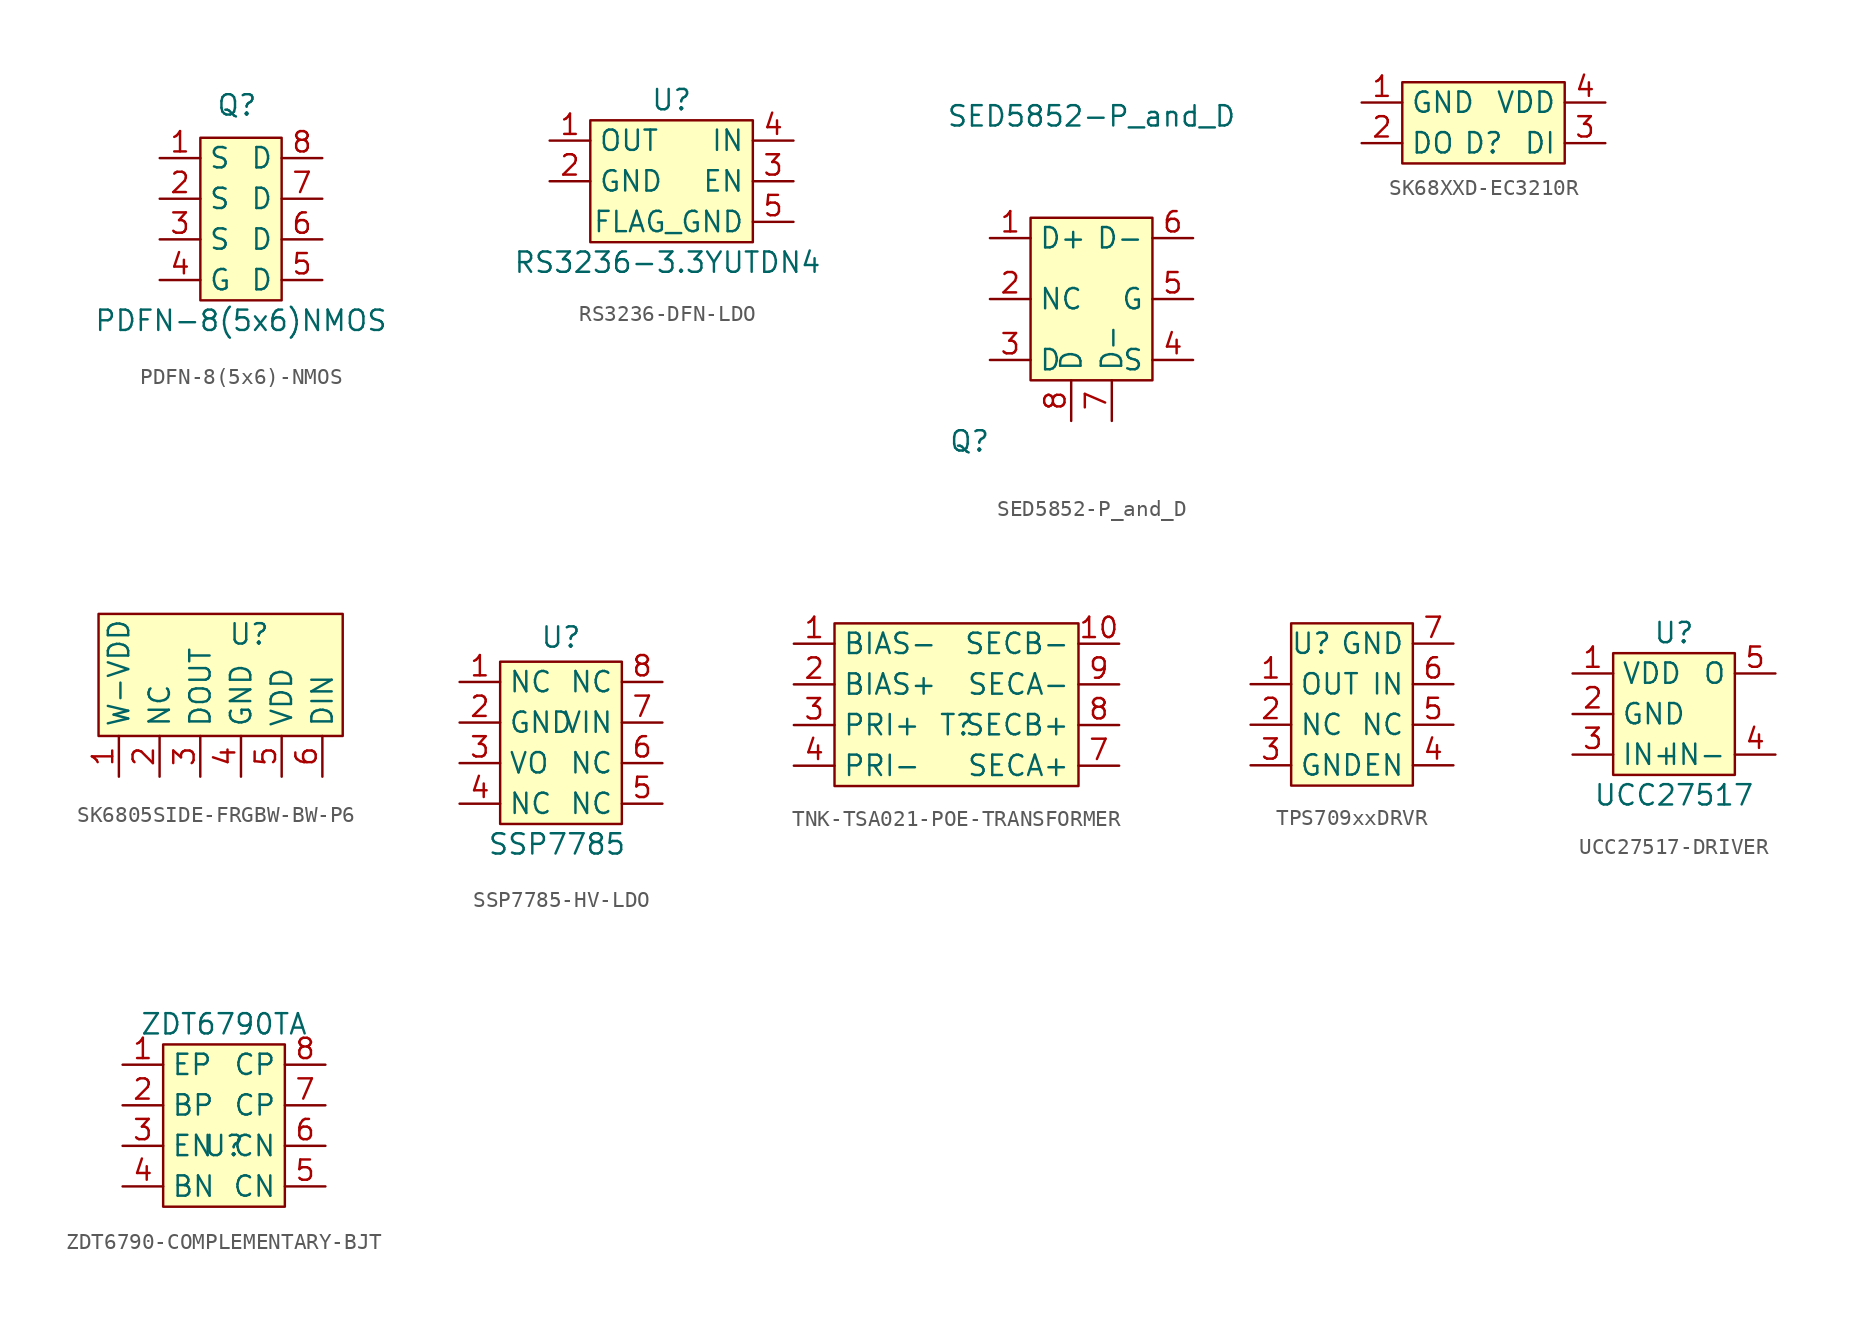
<source format=kicad_sym>
(kicad_symbol_lib
  (version 20241209)
  (generator "kicad_symbol_editor")
  (generator_version "9.0")
  (symbol "PDFN-8(5x6)-NMOS"
    (property "Reference" "Q"
      (at -0.254 7.112 0)
      (effects (font (size 1.27 1.27))))
    (property "Value" "PDFN-8(5x6)NMOS"
      (at 0 -6.35 0)
      (effects (font (size 1.27 1.27))))
    (symbol "PDFN-8(5x6)-NMOS_1_1"
      (rectangle (start -2.54 5.08) (end 2.54 -5.08) (stroke (width 0) (type default)) (fill (type background)))
      (pin passive line (at -5.08 3.81 0) (length 2.54) (name "S" (effects (font (size 1.27 1.27)))) (number "1" (effects (font (size 1.27 1.27)))))
      (pin passive line (at -5.08 1.27 0) (length 2.54) (name "S" (effects (font (size 1.27 1.27)))) (number "2" (effects (font (size 1.27 1.27)))))
      (pin passive line (at -5.08 -1.27 0) (length 2.54) (name "S" (effects (font (size 1.27 1.27)))) (number "3" (effects (font (size 1.27 1.27)))))
      (pin passive line (at -5.08 -3.81 0) (length 2.54) (name "G" (effects (font (size 1.27 1.27)))) (number "4" (effects (font (size 1.27 1.27)))))
      (pin passive line (at 5.08 3.81 180) (length 2.54) (name "D" (effects (font (size 1.27 1.27)))) (number "8" (effects (font (size 1.27 1.27)))))
      (pin passive line (at 5.08 1.27 180) (length 2.54) (name "D" (effects (font (size 1.27 1.27)))) (number "7" (effects (font (size 1.27 1.27)))))
      (pin passive line (at 5.08 -1.27 180) (length 2.54) (name "D" (effects (font (size 1.27 1.27)))) (number "6" (effects (font (size 1.27 1.27)))))
      (pin passive line (at 5.08 -3.81 180) (length 2.54) (name "D" (effects (font (size 1.27 1.27)))) (number "5" (effects (font (size 1.27 1.27)))))))
  (symbol "RS3236-DFN-LDO"
    (property "Reference" "U"
      (at 0 3.81 0)
      (effects (font (size 1.27 1.27))))
    (property "Value" "RS3236-3.3YUTDN4"
      (at -0.254 -6.35 0)
      (effects (font (size 1.27 1.27))))
    (symbol "RS3236-DFN-LDO_1_1"
      (rectangle (start -5.08 2.54) (end 5.08 -5.08) (stroke (width 0) (type default)) (fill (type background)))
      (pin bidirectional line (at -7.62 1.27 0) (length 2.54) (name "OUT" (effects (font (size 1.27 1.27)))) (number "1" (effects (font (size 1.27 1.27)))))
      (pin bidirectional line (at -7.62 -1.27 0) (length 2.54) (name "GND" (effects (font (size 1.27 1.27)))) (number "2" (effects (font (size 1.27 1.27)))))
      (pin bidirectional line (at 7.62 1.27 180) (length 2.54) (name "IN" (effects (font (size 1.27 1.27)))) (number "4" (effects (font (size 1.27 1.27)))))
      (pin bidirectional line (at 7.62 -1.27 180) (length 2.54) (name "EN" (effects (font (size 1.27 1.27)))) (number "3" (effects (font (size 1.27 1.27)))))
      (pin bidirectional line (at 7.62 -3.81 180) (length 2.54) (name "FLAG_GND" (effects (font (size 1.27 1.27)))) (number "5" (effects (font (size 1.27 1.27)))))))
  (symbol "SED5852-P_and_D"
    (property "Reference" "Q"
      (at -7.62 -8.89 0)
      (effects (font (size 1.27 1.27))))
    (property "Value" "SED5852-P_and_D"
      (at 0 11.43 0)
      (effects (font (size 1.27 1.27))))
    (symbol "SED5852-P_and_D_0_1"
      (rectangle (start -3.81 5.08) (end 3.81 -5.08) (stroke (width 0) (type default)) (fill (type background))))
    (symbol "SED5852-P_and_D_1_1"
      (pin input line (at -6.35 3.81 0) (length 2.54) (name "D+" (effects (font (size 1.27 1.27)))) (number "1" (effects (font (size 1.27 1.27)))))
      (pin input line (at -6.35 0 0) (length 2.54) (name "NC" (effects (font (size 1.27 1.27)))) (number "2" (effects (font (size 1.27 1.27)))))
      (pin input line (at -6.35 -3.81 0) (length 2.54) (name "D" (effects (font (size 1.27 1.27)))) (number "3" (effects (font (size 1.27 1.27)))))
      (pin input line (at -1.27 -7.62 90) (length 2.54) (name "D" (effects (font (size 1.27 1.27)))) (number "8" (effects (font (size 1.27 1.27)))))
      (pin input line (at 1.27 -7.62 90) (length 2.54) (name "D-" (effects (font (size 1.27 1.27)))) (number "7" (effects (font (size 1.27 1.27)))))
      (pin input line (at 6.35 3.81 180) (length 2.54) (name "D-" (effects (font (size 1.27 1.27)))) (number "6" (effects (font (size 1.27 1.27)))))
      (pin input line (at 6.35 0 180) (length 2.54) (name "G" (effects (font (size 1.27 1.27)))) (number "5" (effects (font (size 1.27 1.27)))))
      (pin input line (at 6.35 -3.81 180) (length 2.54) (name "S" (effects (font (size 1.27 1.27)))) (number "4" (effects (font (size 1.27 1.27)))))))
  (symbol "SK68XXD-EC3210R"
    (property "Reference" "D"
      (at 0 -1.27 0)
      (effects (font (size 1.27 1.27))))
    (property "Value" ""
      (at 0 0 0)
      (effects (font (size 1.27 1.27))))
    (symbol "SK68XXD-EC3210R_1_1"
      (rectangle (start -5.08 2.54) (end 5.08 -2.54) (stroke (width 0) (type default)) (fill (type background)))
      (pin bidirectional line (at -7.62 1.27 0) (length 2.54) (name "GND" (effects (font (size 1.27 1.27)))) (number "1" (effects (font (size 1.27 1.27)))))
      (pin bidirectional line (at -7.62 -1.27 0) (length 2.54) (name "DO" (effects (font (size 1.27 1.27)))) (number "2" (effects (font (size 1.27 1.27)))))
      (pin bidirectional line (at 7.62 1.27 180) (length 2.54) (name "VDD" (effects (font (size 1.27 1.27)))) (number "4" (effects (font (size 1.27 1.27)))))
      (pin bidirectional line (at 7.62 -1.27 180) (length 2.54) (name "DI" (effects (font (size 1.27 1.27)))) (number "3" (effects (font (size 1.27 1.27)))))))
  (symbol "SK6805SIDE-FRGBW-BW-P6"
    (property "Reference" "U"
      (at 1.778 6.35 0)
      (effects (font (size 1.27 1.27))))
    (property "Value" ""
      (at 0 0 0)
      (effects (font (size 1.27 1.27))))
    (symbol "SK6805SIDE-FRGBW-BW-P6_1_1"
      (rectangle (start -7.62 7.62) (end 7.62 0) (stroke (width 0) (type solid)) (fill (type background)))
      (pin bidirectional line (at -6.35 -2.54 90) (length 2.54) (name "W-VDD" (effects (font (size 1.27 1.27)))) (number "1" (effects (font (size 1.27 1.27)))))
      (pin bidirectional line (at -3.81 -2.54 90) (length 2.54) (name "NC" (effects (font (size 1.27 1.27)))) (number "2" (effects (font (size 1.27 1.27)))))
      (pin bidirectional line (at -1.27 -2.54 90) (length 2.54) (name "DOUT" (effects (font (size 1.27 1.27)))) (number "3" (effects (font (size 1.27 1.27)))))
      (pin bidirectional line (at 1.27 -2.54 90) (length 2.54) (name "GND" (effects (font (size 1.27 1.27)))) (number "4" (effects (font (size 1.27 1.27)))))
      (pin bidirectional line (at 3.81 -2.54 90) (length 2.54) (name "VDD" (effects (font (size 1.27 1.27)))) (number "5" (effects (font (size 1.27 1.27)))))
      (pin bidirectional line (at 6.35 -2.54 90) (length 2.54) (name "DIN" (effects (font (size 1.27 1.27)))) (number "6" (effects (font (size 1.27 1.27)))))))
  (symbol "SSP7785-HV-LDO"
    (property "Reference" "U"
      (at 0 6.604 0)
      (effects (font (size 1.27 1.27))))
    (property "Value" "SSP7785"
      (at -0.254 -6.35 0)
      (effects (font (size 1.27 1.27))))
    (property "LCSC" ""
      (at 0 1.27 0)
      (effects (font (size 1.27 1.27))))
    (symbol "SSP7785-HV-LDO_1_1"
      (rectangle (start -3.81 5.08) (end 3.81 -5.08) (stroke (width 0) (type default)) (fill (type background)))
      (pin bidirectional line (at -6.35 3.81 0) (length 2.54) (name "NC" (effects (font (size 1.27 1.27)))) (number "1" (effects (font (size 1.27 1.27)))))
      (pin bidirectional line (at -6.35 1.27 0) (length 2.54) (name "GND" (effects (font (size 1.27 1.27)))) (number "2" (effects (font (size 1.27 1.27)))))
      (pin bidirectional line (at -6.35 -1.27 0) (length 2.54) (name "VO" (effects (font (size 1.27 1.27)))) (number "3" (effects (font (size 1.27 1.27)))))
      (pin bidirectional line (at -6.35 -3.81 0) (length 2.54) (name "NC" (effects (font (size 1.27 1.27)))) (number "4" (effects (font (size 1.27 1.27)))))
      (pin bidirectional line (at 6.35 3.81 180) (length 2.54) (name "NC" (effects (font (size 1.27 1.27)))) (number "8" (effects (font (size 1.27 1.27)))))
      (pin bidirectional line (at 6.35 1.27 180) (length 2.54) (name "VIN" (effects (font (size 1.27 1.27)))) (number "7" (effects (font (size 1.27 1.27)))))
      (pin bidirectional line (at 6.35 -1.27 180) (length 2.54) (name "NC" (effects (font (size 1.27 1.27)))) (number "6" (effects (font (size 1.27 1.27)))))
      (pin bidirectional line (at 6.35 -3.81 180) (length 2.54) (name "NC" (effects (font (size 1.27 1.27)))) (number "5" (effects (font (size 1.27 1.27)))))))
  (symbol "TNK-TSA021-POE-TRANSFORMER"
    (property "Reference" "T"
      (at 0 -1.27 0)
      (effects (font (size 1.27 1.27))))
    (property "Value" ""
      (at 0 -1.27 0)
      (effects (font (size 1.27 1.27))))
    (symbol "TNK-TSA021-POE-TRANSFORMER_1_1"
      (rectangle (start -7.62 5.08) (end 7.62 -5.08) (stroke (width 0) (type default)) (fill (type background)))
      (pin input line (at -10.16 3.81 0) (length 2.54) (name "BIAS-" (effects (font (size 1.27 1.27)))) (number "1" (effects (font (size 1.27 1.27)))))
      (pin input line (at -10.16 1.27 0) (length 2.54) (name "BIAS+" (effects (font (size 1.27 1.27)))) (number "2" (effects (font (size 1.27 1.27)))))
      (pin input line (at -10.16 -1.27 0) (length 2.54) (name "PRI+" (effects (font (size 1.27 1.27)))) (number "3" (effects (font (size 1.27 1.27)))))
      (pin input line (at -10.16 -3.81 0) (length 2.54) (name "PRI-" (effects (font (size 1.27 1.27)))) (number "4" (effects (font (size 1.27 1.27)))))
      (pin input line (at 10.16 3.81 180) (length 2.54) (name "SECB-" (effects (font (size 1.27 1.27)))) (number "10" (effects (font (size 1.27 1.27)))))
      (pin input line (at 10.16 1.27 180) (length 2.54) (name "SECA-" (effects (font (size 1.27 1.27)))) (number "9" (effects (font (size 1.27 1.27)))))
      (pin input line (at 10.16 -1.27 180) (length 2.54) (name "SECB+" (effects (font (size 1.27 1.27)))) (number "8" (effects (font (size 1.27 1.27)))))
      (pin input line (at 10.16 -3.81 180) (length 2.54) (name "SECA+" (effects (font (size 1.27 1.27)))) (number "7" (effects (font (size 1.27 1.27)))))))
  (symbol "TPS709xxDRVR"
    (property "Reference" "U"
      (at -2.54 6.35 0)
      (effects (font (size 1.27 1.27))))
    (property "Value" ""
      (at 0 1.27 0)
      (effects (font (size 1.27 1.27))))
    (symbol "TPS709xxDRVR_1_1"
      (rectangle (start -3.81 7.62) (end 3.81 -2.54) (stroke (width 0) (type default)) (fill (type background)))
      (pin bidirectional line (at -6.35 3.81 0) (length 2.54) (name "OUT" (effects (font (size 1.27 1.27)))) (number "1" (effects (font (size 1.27 1.27)))))
      (pin bidirectional line (at -6.35 1.27 0) (length 2.54) (name "NC" (effects (font (size 1.27 1.27)))) (number "2" (effects (font (size 1.27 1.27)))))
      (pin bidirectional line (at -6.35 -1.27 0) (length 2.54) (name "GND" (effects (font (size 1.27 1.27)))) (number "3" (effects (font (size 1.27 1.27)))))
      (pin bidirectional line (at 6.35 6.35 180) (length 2.54) (name "GND" (effects (font (size 1.27 1.27)))) (number "7" (effects (font (size 1.27 1.27)))))
      (pin bidirectional line (at 6.35 3.81 180) (length 2.54) (name "IN" (effects (font (size 1.27 1.27)))) (number "6" (effects (font (size 1.27 1.27)))))
      (pin bidirectional line (at 6.35 1.27 180) (length 2.54) (name "NC" (effects (font (size 1.27 1.27)))) (number "5" (effects (font (size 1.27 1.27)))))
      (pin bidirectional line (at 6.35 -1.27 180) (length 2.54) (name "EN" (effects (font (size 1.27 1.27)))) (number "4" (effects (font (size 1.27 1.27)))))))
  (symbol "UCC27517-DRIVER"
    (property "Reference" "U"
      (at 0 5.08 0)
      (effects (font (size 1.27 1.27))))
    (property "Value" "UCC27517"
      (at 0 -5.08 0)
      (effects (font (size 1.27 1.27))))
    (symbol "UCC27517-DRIVER_1_1"
      (rectangle (start -3.81 3.81) (end 3.81 -3.81) (stroke (width 0) (type default)) (fill (type background)))
      (pin bidirectional line (at -6.35 2.54 0) (length 2.54) (name "VDD" (effects (font (size 1.27 1.27)))) (number "1" (effects (font (size 1.27 1.27)))))
      (pin bidirectional line (at -6.35 0 0) (length 2.54) (name "GND" (effects (font (size 1.27 1.27)))) (number "2" (effects (font (size 1.27 1.27)))))
      (pin bidirectional line (at -6.35 -2.54 0) (length 2.54) (name "IN+" (effects (font (size 1.27 1.27)))) (number "3" (effects (font (size 1.27 1.27)))))
      (pin bidirectional line (at 6.35 2.54 180) (length 2.54) (name "O" (effects (font (size 1.27 1.27)))) (number "5" (effects (font (size 1.27 1.27)))))
      (pin bidirectional line (at 6.35 -2.54 180) (length 2.54) (name "IN-" (effects (font (size 1.27 1.27)))) (number "4" (effects (font (size 1.27 1.27)))))))
  (symbol "ZDT6790-COMPLEMENTARY-BJT"
    (property "Reference" "U"
      (at 0 -1.27 0)
      (effects (font (size 1.27 1.27))))
    (property "Value" "ZDT6790TA"
      (at 0 6.35 0)
      (effects (font (size 1.27 1.27))))
    (symbol "ZDT6790-COMPLEMENTARY-BJT_1_1"
      (rectangle (start -3.81 5.08) (end 3.81 -5.08) (stroke (width 0) (type default)) (fill (type background)))
      (pin bidirectional line (at -6.35 3.81 0) (length 2.54) (name "EP" (effects (font (size 1.27 1.27)))) (number "1" (effects (font (size 1.27 1.27)))))
      (pin bidirectional line (at -6.35 1.27 0) (length 2.54) (name "BP" (effects (font (size 1.27 1.27)))) (number "2" (effects (font (size 1.27 1.27)))))
      (pin bidirectional line (at -6.35 -1.27 0) (length 2.54) (name "EN" (effects (font (size 1.27 1.27)))) (number "3" (effects (font (size 1.27 1.27)))))
      (pin bidirectional line (at -6.35 -3.81 0) (length 2.54) (name "BN" (effects (font (size 1.27 1.27)))) (number "4" (effects (font (size 1.27 1.27)))))
      (pin bidirectional line (at 6.35 3.81 180) (length 2.54) (name "CP" (effects (font (size 1.27 1.27)))) (number "8" (effects (font (size 1.27 1.27)))))
      (pin bidirectional line (at 6.35 1.27 180) (length 2.54) (name "CP" (effects (font (size 1.27 1.27)))) (number "7" (effects (font (size 1.27 1.27)))))
      (pin bidirectional line (at 6.35 -1.27 180) (length 2.54) (name "CN" (effects (font (size 1.27 1.27)))) (number "6" (effects (font (size 1.27 1.27)))))
      (pin bidirectional line (at 6.35 -3.81 180) (length 2.54) (name "CN" (effects (font (size 1.27 1.27)))) (number "5" (effects (font (size 1.27 1.27))))))))
</source>
